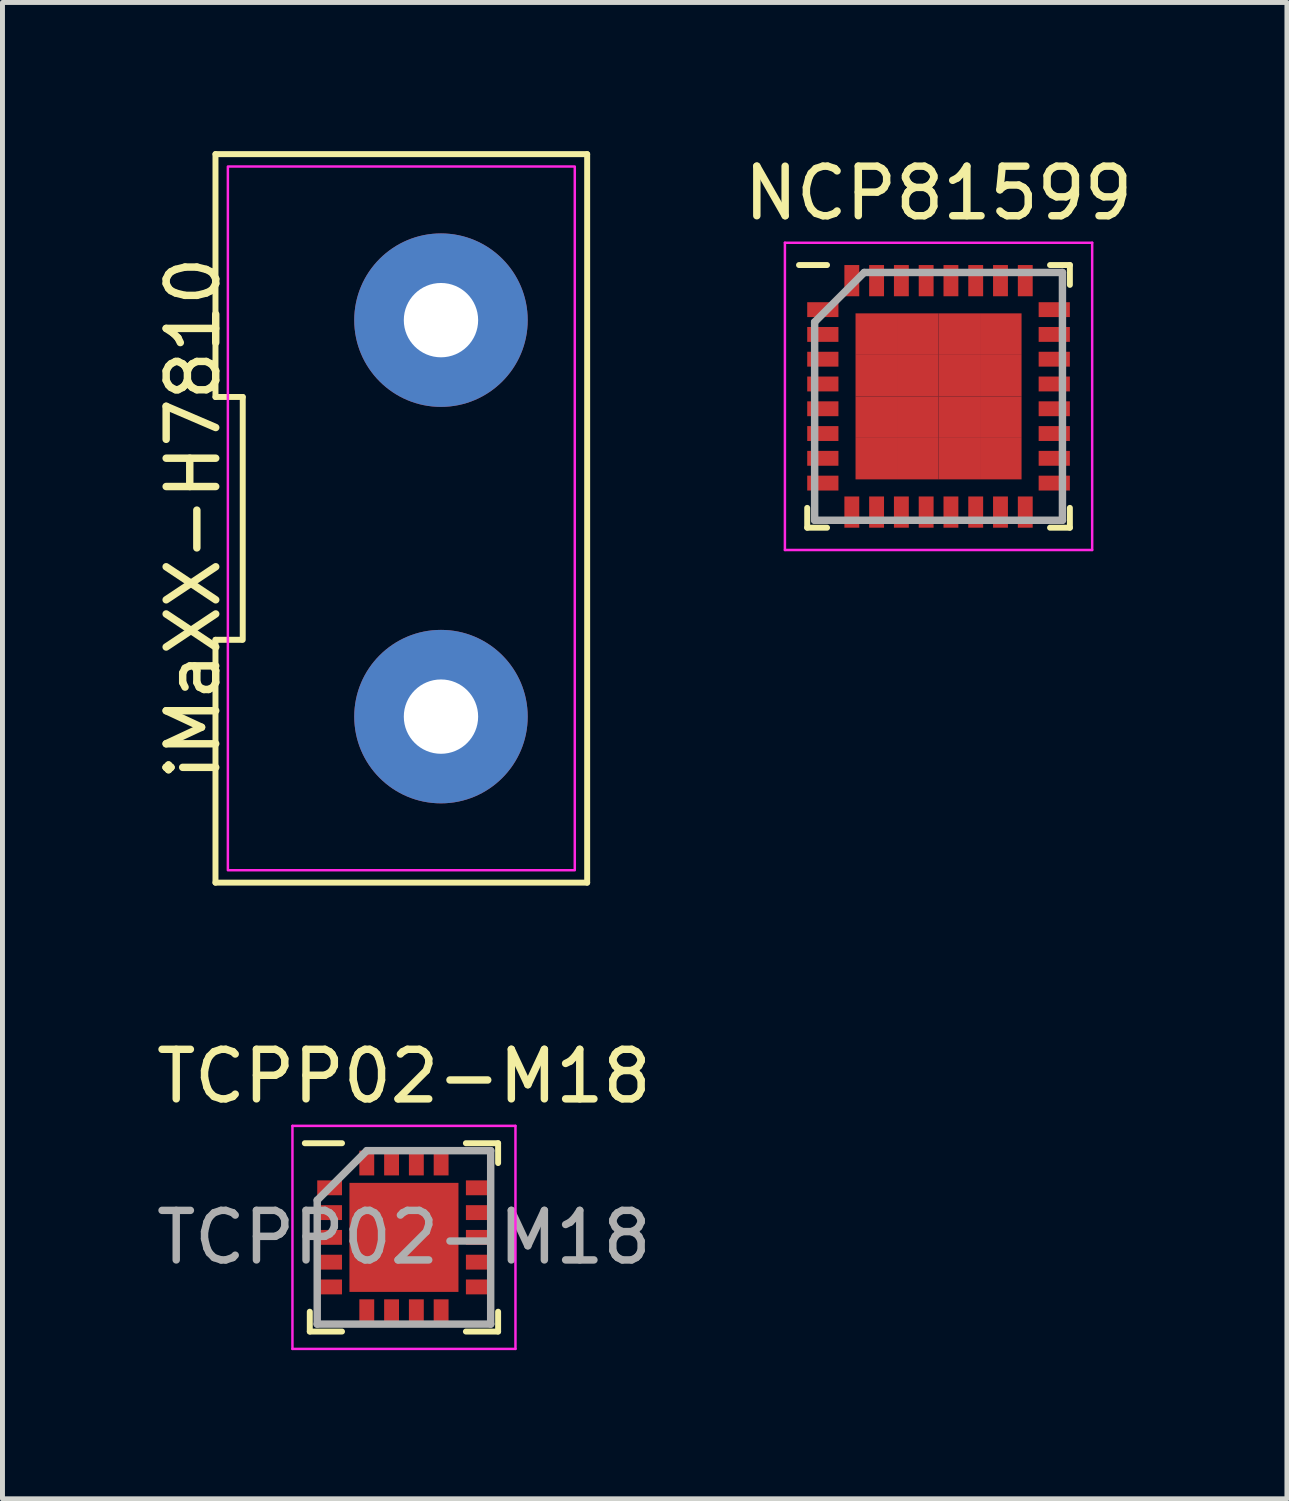
<source format=kicad_pcb>
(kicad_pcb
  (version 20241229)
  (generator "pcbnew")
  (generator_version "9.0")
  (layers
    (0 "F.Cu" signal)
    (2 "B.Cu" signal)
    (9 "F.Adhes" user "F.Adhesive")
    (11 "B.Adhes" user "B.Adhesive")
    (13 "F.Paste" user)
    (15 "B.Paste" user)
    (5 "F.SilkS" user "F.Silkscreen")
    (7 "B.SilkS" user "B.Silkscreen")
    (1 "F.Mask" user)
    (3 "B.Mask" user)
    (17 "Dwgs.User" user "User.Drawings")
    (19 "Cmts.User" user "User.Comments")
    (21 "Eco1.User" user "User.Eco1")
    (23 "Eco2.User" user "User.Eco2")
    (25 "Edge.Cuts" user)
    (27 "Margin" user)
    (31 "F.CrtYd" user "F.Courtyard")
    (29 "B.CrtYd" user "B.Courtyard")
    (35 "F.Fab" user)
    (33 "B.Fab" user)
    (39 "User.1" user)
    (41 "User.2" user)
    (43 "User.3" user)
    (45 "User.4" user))
  (footprint "NCP81599"
    (layer "F.Cu")
    (at 15.888 4.948)
    (property "Reference" "NCP81599" (at 0 -4.1 0) (layer "F.SilkS") (effects (font (size 1 1) (thickness 0.15))))
    (attr smd)
    (fp_line (start -2.65 2.65) (end -2.65 2.25) (stroke (width 0.12) (type default)) (layer "F.SilkS"))
    (fp_line (start -2.25 -2.65) (end -2.815 -2.65) (stroke (width 0.12) (type default)) (layer "F.SilkS"))
    (fp_line (start -2.25 2.65) (end -2.65 2.65) (stroke (width 0.12) (type default)) (layer "F.SilkS"))
    (fp_line (start 2.25 -2.65) (end 2.65 -2.65) (stroke (width 0.12) (type default)) (layer "F.SilkS"))
    (fp_line (start 2.25 2.65) (end 2.65 2.65) (stroke (width 0.12) (type default)) (layer "F.SilkS"))
    (fp_line (start 2.65 -2.65) (end 2.65 -2.25) (stroke (width 0.12) (type default)) (layer "F.SilkS"))
    (fp_line (start 2.65 2.65) (end 2.65 2.25) (stroke (width 0.12) (type default)) (layer "F.SilkS"))
    (fp_line (start -3.1 -3.1) (end 3.1 -3.1) (stroke (width 0.05) (type default)) (layer "F.CrtYd"))
    (fp_line (start -3.1 3.1) (end -3.1 -3.1) (stroke (width 0.05) (type default)) (layer "F.CrtYd"))
    (fp_line (start 3.1 -3.1) (end 3.1 3.1) (stroke (width 0.05) (type default)) (layer "F.CrtYd"))
    (fp_line (start 3.1 3.1) (end -3.1 3.1) (stroke (width 0.05) (type default)) (layer "F.CrtYd"))
    (fp_line (start -2.5 -1.5) (end -2.5 2.5) (stroke (width 0.15) (type default)) (layer "F.Fab"))
    (fp_line (start -2.5 2.5) (end 2.5 2.5) (stroke (width 0.15) (type default)) (layer "F.Fab"))
    (fp_line (start -1.5 -2.5) (end -2.5 -1.5) (stroke (width 0.15) (type default)) (layer "F.Fab"))
    (fp_line (start 2.5 -2.5) (end -1.5 -2.5) (stroke (width 0.15) (type default)) (layer "F.Fab"))
    (fp_line (start 2.5 2.5) (end 2.5 -2.5) (stroke (width 0.15) (type default)) (layer "F.Fab"))
    (pad "1" smd rect (at -2.335 -1.75 90) (size 0.3 0.63) (layers "F.Cu" "F.Mask" "F.Paste"))
    (pad "2" smd rect (at -2.335 -1.25 90) (size 0.3 0.63) (layers "F.Cu" "F.Mask" "F.Paste"))
    (pad "3" smd rect (at -2.335 -0.75 90) (size 0.3 0.63) (layers "F.Cu" "F.Mask" "F.Paste"))
    (pad "4" smd rect (at -2.335 -0.25 90) (size 0.3 0.63) (layers "F.Cu" "F.Mask" "F.Paste"))
    (pad "5" smd rect (at -2.335 0.25 90) (size 0.3 0.63) (layers "F.Cu" "F.Mask" "F.Paste"))
    (pad "6" smd rect (at -2.335 0.75 90) (size 0.3 0.63) (layers "F.Cu" "F.Mask" "F.Paste"))
    (pad "7" smd rect (at -2.335 1.25 90) (size 0.3 0.63) (layers "F.Cu" "F.Mask" "F.Paste"))
    (pad "8" smd rect (at -2.335 1.75 90) (size 0.3 0.63) (layers "F.Cu" "F.Mask" "F.Paste"))
    (pad "9" smd rect (at -1.75 2.335) (size 0.3 0.63) (layers "F.Cu" "F.Mask" "F.Paste"))
    (pad "10" smd rect (at -1.25 2.335) (size 0.3 0.63) (layers "F.Cu" "F.Mask" "F.Paste"))
    (pad "11" smd rect (at -0.75 2.335) (size 0.3 0.63) (layers "F.Cu" "F.Mask" "F.Paste"))
    (pad "12" smd rect (at -0.25 2.335) (size 0.3 0.63) (layers "F.Cu" "F.Mask" "F.Paste"))
    (pad "13" smd rect (at 0.25 2.335) (size 0.3 0.63) (layers "F.Cu" "F.Mask" "F.Paste"))
    (pad "14" smd rect (at 0.75 2.335) (size 0.3 0.63) (layers "F.Cu" "F.Mask" "F.Paste"))
    (pad "15" smd rect (at 1.25 2.335) (size 0.3 0.63) (layers "F.Cu" "F.Mask" "F.Paste"))
    (pad "16" smd rect (at 1.75 2.335) (size 0.3 0.63) (layers "F.Cu" "F.Mask" "F.Paste"))
    (pad "17" smd rect (at 2.335 1.75 90) (size 0.3 0.63) (layers "F.Cu" "F.Mask" "F.Paste"))
    (pad "18" smd rect (at 2.335 1.25 90) (size 0.3 0.63) (layers "F.Cu" "F.Mask" "F.Paste"))
    (pad "19" smd rect (at 2.335 0.75 90) (size 0.3 0.63) (layers "F.Cu" "F.Mask" "F.Paste"))
    (pad "20" smd rect (at 2.335 0.25 90) (size 0.3 0.63) (layers "F.Cu" "F.Mask" "F.Paste"))
    (pad "21" smd rect (at 2.335 -0.25 90) (size 0.3 0.63) (layers "F.Cu" "F.Mask" "F.Paste"))
    (pad "22" smd rect (at 2.335 -0.75 90) (size 0.3 0.63) (layers "F.Cu" "F.Mask" "F.Paste"))
    (pad "23" smd rect (at 2.335 -1.25 90) (size 0.3 0.63) (layers "F.Cu" "F.Mask" "F.Paste"))
    (pad "24" smd rect (at 2.335 -1.75 90) (size 0.3 0.63) (layers "F.Cu" "F.Mask" "F.Paste"))
    (pad "25" smd rect (at 1.75 -2.335) (size 0.3 0.63) (layers "F.Cu" "F.Mask" "F.Paste"))
    (pad "26" smd rect (at 1.25 -2.335) (size 0.3 0.63) (layers "F.Cu" "F.Mask" "F.Paste"))
    (pad "27" smd rect (at 0.75 -2.335) (size 0.3 0.63) (layers "F.Cu" "F.Mask" "F.Paste"))
    (pad "28" smd rect (at 0.25 -2.335) (size 0.3 0.63) (layers "F.Cu" "F.Mask" "F.Paste"))
    (pad "29" smd rect (at -0.25 -2.335) (size 0.3 0.63) (layers "F.Cu" "F.Mask" "F.Paste"))
    (pad "30" smd rect (at -0.75 -2.335) (size 0.3 0.63) (layers "F.Cu" "F.Mask" "F.Paste"))
    (pad "31" smd rect (at -1.25 -2.335) (size 0.3 0.63) (layers "F.Cu" "F.Mask" "F.Paste"))
    (pad "32" smd rect (at -1.75 -2.335) (size 0.3 0.63) (layers "F.Cu" "F.Mask" "F.Paste"))
    (pad "33" smd rect (at -1.256 -1.256) (size 0.838 0.838) (layers "F.Cu" "F.Mask" "F.Paste"))
    (pad "33" smd rect (at -1.256 -0.419) (size 0.838 0.838) (layers "F.Cu" "F.Mask" "F.Paste"))
    (pad "33" smd rect (at -1.256 0.419) (size 0.838 0.838) (layers "F.Cu" "F.Mask" "F.Paste"))
    (pad "33" smd rect (at -1.256 1.256) (size 0.838 0.838) (layers "F.Cu" "F.Mask" "F.Paste"))
    (pad "33" smd rect (at -0.419 -1.256) (size 0.838 0.838) (layers "F.Cu" "F.Mask" "F.Paste"))
    (pad "33" smd rect (at -0.419 -0.419) (size 0.838 0.838) (layers "F.Cu" "F.Mask" "F.Paste"))
    (pad "33" smd rect (at -0.419 0.419) (size 0.838 0.838) (layers "F.Cu" "F.Mask" "F.Paste"))
    (pad "33" smd rect (at -0.419 1.256) (size 0.838 0.838) (layers "F.Cu" "F.Mask" "F.Paste"))
    (pad "33" smd rect (at 0.419 -1.256) (size 0.838 0.838) (layers "F.Cu" "F.Mask" "F.Paste"))
    (pad "33" smd rect (at 0.419 -0.419) (size 0.838 0.838) (layers "F.Cu" "F.Mask" "F.Paste"))
    (pad "33" smd rect (at 0.419 0.419) (size 0.838 0.838) (layers "F.Cu" "F.Mask" "F.Paste"))
    (pad "33" smd rect (at 0.419 1.256) (size 0.838 0.838) (layers "F.Cu" "F.Mask" "F.Paste"))
    (pad "33" smd rect (at 1.256 -1.256) (size 0.838 0.838) (layers "F.Cu" "F.Mask" "F.Paste"))
    (pad "33" smd rect (at 1.256 -0.419) (size 0.838 0.838) (layers "F.Cu" "F.Mask" "F.Paste"))
    (pad "33" smd rect (at 1.256 0.419) (size 0.838 0.838) (layers "F.Cu" "F.Mask" "F.Paste"))
    (pad "33" smd rect (at 1.256 1.256) (size 0.838 0.838) (layers "F.Cu" "F.Mask" "F.Paste")))
  (footprint "TCPP02-M18"
    (layer "F.Cu")
    (at 5.101 21.918)
    (property "Reference" "TCPP02-M18" (at 0 -3.25 0) (layer "F.SilkS") (effects (font (size 1 1) (thickness 0.15))))
    (attr smd)
    (fp_line (start -1.9 1.9) (end -1.9 1.5) (stroke (width 0.12) (type default)) (layer "F.SilkS"))
    (fp_line (start -1.25 -1.9) (end -2 -1.9) (stroke (width 0.12) (type default)) (layer "F.SilkS"))
    (fp_line (start -1.25 1.9) (end -1.9 1.9) (stroke (width 0.12) (type default)) (layer "F.SilkS"))
    (fp_line (start 1.25 -1.9) (end 1.9 -1.9) (stroke (width 0.12) (type default)) (layer "F.SilkS"))
    (fp_line (start 1.25 1.9) (end 1.9 1.9) (stroke (width 0.12) (type default)) (layer "F.SilkS"))
    (fp_line (start 1.9 -1.9) (end 1.9 -1.5) (stroke (width 0.12) (type default)) (layer "F.SilkS"))
    (fp_line (start 1.9 1.9) (end 1.9 1.5) (stroke (width 0.12) (type default)) (layer "F.SilkS"))
    (fp_line (start -2.25 -2.25) (end 2.25 -2.25) (stroke (width 0.05) (type default)) (layer "F.CrtYd"))
    (fp_line (start -2.25 2.25) (end -2.25 -2.25) (stroke (width 0.05) (type default)) (layer "F.CrtYd"))
    (fp_line (start 2.25 -2.25) (end 2.25 2.25) (stroke (width 0.05) (type default)) (layer "F.CrtYd"))
    (fp_line (start 2.25 2.25) (end -2.25 2.25) (stroke (width 0.05) (type default)) (layer "F.CrtYd"))
    (fp_line (start -1.75 -0.75) (end -1.75 1.75) (stroke (width 0.15) (type default)) (layer "F.Fab"))
    (fp_line (start -1.75 1.75) (end 1.75 1.75) (stroke (width 0.15) (type default)) (layer "F.Fab"))
    (fp_line (start -0.75 -1.75) (end -1.75 -0.75) (stroke (width 0.15) (type default)) (layer "F.Fab"))
    (fp_line (start 1.75 -1.75) (end -0.75 -1.75) (stroke (width 0.15) (type default)) (layer "F.Fab"))
    (fp_line (start 1.75 1.75) (end 1.75 -1.75) (stroke (width 0.15) (type default)) (layer "F.Fab"))
    (fp_text user "${REFERENCE}" (at 0 0 0) (layer "F.Fab") (effects (font (size 1 1) (thickness 0.15))))
    (pad "" smd rect (at -0.825 -0.825) (size 0.000001 0.000001) (layers "F.Paste"))
    (pad "" smd rect (at -0.825 -0.275) (size 0.000001 0.000001) (layers "F.Paste"))
    (pad "" smd rect (at -0.825 0.275) (size 0.000001 0.000001) (layers "F.Paste"))
    (pad "" smd rect (at -0.825 0.825) (size 0.000001 0.000001) (layers "F.Paste"))
    (pad "" smd rect (at -0.275 -0.825) (size 0.000001 0.000001) (layers "F.Paste"))
    (pad "" smd rect (at -0.275 -0.275) (size 0.000001 0.000001) (layers "F.Paste"))
    (pad "" smd rect (at -0.275 0.275) (size 0.000001 0.000001) (layers "F.Paste"))
    (pad "" smd rect (at -0.275 0.825) (size 0.000001 0.000001) (layers "F.Paste"))
    (pad "" smd rect (at 0.275 -0.825) (size 0.000001 0.000001) (layers "F.Paste"))
    (pad "" smd rect (at 0.275 -0.275) (size 0.000001 0.000001) (layers "F.Paste"))
    (pad "" smd rect (at 0.275 0.275) (size 0.000001 0.000001) (layers "F.Paste"))
    (pad "" smd rect (at 0.275 0.825) (size 0.000001 0.000001) (layers "F.Paste"))
    (pad "" smd rect (at 0.825 -0.825) (size 0.000001 0.000001) (layers "F.Paste"))
    (pad "" smd rect (at 0.825 -0.275) (size 0.000001 0.000001) (layers "F.Paste"))
    (pad "" smd rect (at 0.825 0.275) (size 0.000001 0.000001) (layers "F.Paste"))
    (pad "" smd rect (at 0.825 0.825) (size 0.000001 0.000001) (layers "F.Paste"))
    (pad "1" smd rect (at -1.5 -1 90) (size 0.3 0.5) (layers "F.Cu" "F.Mask" "F.Paste"))
    (pad "2" smd rect (at -1.5 -0.5 90) (size 0.3 0.5) (layers "F.Cu" "F.Mask" "F.Paste"))
    (pad "3" smd rect (at -1.5 0 90) (size 0.3 0.5) (layers "F.Cu" "F.Mask" "F.Paste"))
    (pad "4" smd rect (at -1.5 0.5 90) (size 0.3 0.5) (layers "F.Cu" "F.Mask" "F.Paste"))
    (pad "5" smd rect (at -1.5 1 90) (size 0.3 0.5) (layers "F.Cu" "F.Mask" "F.Paste"))
    (pad "6" smd rect (at -0.75 1.5) (size 0.3 0.5) (layers "F.Cu" "F.Mask" "F.Paste"))
    (pad "7" smd rect (at -0.25 1.5) (size 0.3 0.5) (layers "F.Cu" "F.Mask" "F.Paste"))
    (pad "8" smd rect (at 0.25 1.5) (size 0.3 0.5) (layers "F.Cu" "F.Mask" "F.Paste"))
    (pad "9" smd rect (at 0.75 1.5) (size 0.3 0.5) (layers "F.Cu" "F.Mask" "F.Paste"))
    (pad "10" smd rect (at 1.5 1 90) (size 0.3 0.5) (layers "F.Cu" "F.Mask" "F.Paste"))
    (pad "11" smd rect (at 1.5 0.5 90) (size 0.3 0.5) (layers "F.Cu" "F.Mask" "F.Paste"))
    (pad "12" smd rect (at 1.5 0 90) (size 0.3 0.5) (layers "F.Cu" "F.Mask" "F.Paste"))
    (pad "13" smd rect (at 1.5 -0.5 90) (size 0.3 0.5) (layers "F.Cu" "F.Mask" "F.Paste"))
    (pad "14" smd rect (at 1.5 -1 90) (size 0.3 0.5) (layers "F.Cu" "F.Mask" "F.Paste"))
    (pad "15" smd rect (at 0.75 -1.5) (size 0.3 0.5) (layers "F.Cu" "F.Mask" "F.Paste"))
    (pad "16" smd rect (at 0.25 -1.5) (size 0.3 0.5) (layers "F.Cu" "F.Mask" "F.Paste"))
    (pad "17" smd rect (at -0.25 -1.5) (size 0.3 0.5) (layers "F.Cu" "F.Mask" "F.Paste"))
    (pad "18" smd rect (at -0.75 -1.5) (size 0.3 0.5) (layers "F.Cu" "F.Mask" "F.Paste"))
    (pad "19" smd rect (at 0 0) (size 2.2 2.2) (layers "F.Cu" "F.Mask")))
  (footprint "iMaXX-H7810"
    (layer "F.Cu")
    (at 5.848 7.41)
    (property "Reference" "iMaXX-H7810" (at -5 0 270) (layer "F.SilkS") (effects (font (size 1 1) (thickness 0.15))))
    (attr through_hole)
    (fp_line (start -4.55 -7.35) (end -4.55 -2.45) (stroke (width 0.12) (type solid)) (layer "F.SilkS"))
    (fp_line (start -4.55 -2.45) (end -4 -2.45) (stroke (width 0.12) (type solid)) (layer "F.SilkS"))
    (fp_line (start -4.55 2.45) (end -4.55 7.35) (stroke (width 0.12) (type solid)) (layer "F.SilkS"))
    (fp_line (start -4.55 7.35) (end 2.95 7.35) (stroke (width 0.12) (type solid)) (layer "F.SilkS"))
    (fp_line (start -4.02 2.45) (end -4.55 2.45) (stroke (width 0.12) (type solid)) (layer "F.SilkS"))
    (fp_line (start -4 -2.45) (end -4 2.45) (stroke (width 0.12) (type solid)) (layer "F.SilkS"))
    (fp_line (start 2.95 -7.35) (end -4.55 -7.35) (stroke (width 0.12) (type solid)) (layer "F.SilkS"))
    (fp_line (start 2.95 7.35) (end 2.95 -7.35) (stroke (width 0.12) (type solid)) (layer "F.SilkS"))
    (fp_rect (start -4.3 -7.1) (end 2.7 7.1) (stroke (width 0.05) (type solid)) (fill no) (layer "F.CrtYd"))
    (pad "1" thru_hole circle (at 0 4) (size 3.5 3.5) (drill 1.5) (layers "*.Cu" "*.Mask"))
    (pad "2" thru_hole circle (at 0 -4) (size 3.5 3.5) (drill 1.5) (layers "*.Cu" "*.Mask")))
  (gr_rect
    (start -3 -3)
    (end 22.918 27.193)
    (stroke (width 0.1) (type default))
    (fill no)
    (layer "Edge.Cuts")))
</source>
